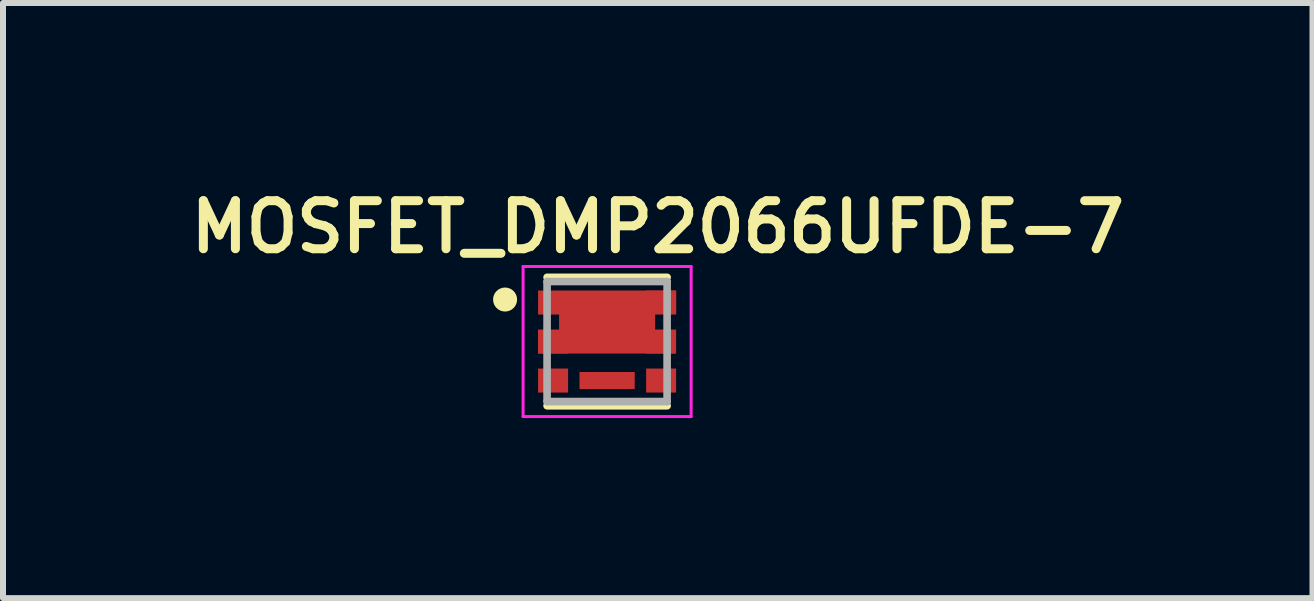
<source format=kicad_pcb>
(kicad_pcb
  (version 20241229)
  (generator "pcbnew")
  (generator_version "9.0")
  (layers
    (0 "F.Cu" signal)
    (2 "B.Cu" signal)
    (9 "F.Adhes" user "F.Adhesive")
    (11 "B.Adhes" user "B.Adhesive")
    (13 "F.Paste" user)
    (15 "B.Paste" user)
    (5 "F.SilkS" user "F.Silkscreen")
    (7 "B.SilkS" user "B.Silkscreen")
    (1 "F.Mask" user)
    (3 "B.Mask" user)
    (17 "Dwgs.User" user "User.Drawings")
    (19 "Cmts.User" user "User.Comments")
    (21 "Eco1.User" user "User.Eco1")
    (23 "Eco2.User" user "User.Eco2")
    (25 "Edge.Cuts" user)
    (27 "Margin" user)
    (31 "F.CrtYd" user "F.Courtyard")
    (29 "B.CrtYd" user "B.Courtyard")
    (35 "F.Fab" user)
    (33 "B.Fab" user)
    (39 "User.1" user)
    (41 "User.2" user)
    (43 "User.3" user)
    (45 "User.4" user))
  (footprint "MOSFET_DMP2066UFDE-7"
    (layer "F.Cu")
    (at 7.066 2.641)
    (property "Reference" "MOSFET_DMP2066UFDE-7" (at 0.844 -1.909 0) (layer "F.SilkS") (effects (font (size 0.801 0.801) (thickness 0.15))))
    (attr smd)
    (fp_poly (pts (xy -0.661 -0.95) (xy 0.64 -0.95) (xy 0.64 0.3) (xy -0.661 0.3)) (stroke (width 0.01) (type solid)) (fill yes) (layer "F.Mask"))
    (fp_line (start -1 -1.07) (end 1 -1.07) (stroke (width 0.127) (type solid)) (layer "F.SilkS"))
    (fp_line (start -1 1.07) (end 1 1.07) (stroke (width 0.127) (type solid)) (layer "F.SilkS"))
    (fp_circle (center -1.7 -0.7) (end -1.6 -0.7) (stroke (width 0.2) (type solid)) (fill no) (layer "F.SilkS"))
    (fp_poly (pts (xy -0.46 -0.695) (xy 0.46 -0.695) (xy 0.46 0.045) (xy -0.46 0.045)) (stroke (width 0.01) (type solid)) (fill yes) (layer "F.Paste"))
    (fp_line (start -1.4 -1.25) (end 1.4 -1.25) (stroke (width 0.05) (type solid)) (layer "F.CrtYd"))
    (fp_line (start -1.4 1.25) (end -1.4 -1.25) (stroke (width 0.05) (type solid)) (layer "F.CrtYd"))
    (fp_line (start 1.4 -1.25) (end 1.4 1.25) (stroke (width 0.05) (type solid)) (layer "F.CrtYd"))
    (fp_line (start 1.4 1.25) (end -1.4 1.25) (stroke (width 0.05) (type solid)) (layer "F.CrtYd"))
    (fp_line (start -1 -1) (end 1 -1) (stroke (width 0.127) (type solid)) (layer "F.Fab"))
    (fp_line (start -1 1) (end -1 -1) (stroke (width 0.127) (type solid)) (layer "F.Fab"))
    (fp_line (start 1 -1) (end 1 1) (stroke (width 0.127) (type solid)) (layer "F.Fab"))
    (fp_line (start 1 1) (end -1 1) (stroke (width 0.127) (type solid)) (layer "F.Fab"))
    (pad "1" smd custom (at -0.9 -0.65) (size 0.5 0.4) (layers "F.Cu" "F.Mask" "F.Paste") (options (anchor rect)) (primitives (gr_poly (pts (xy -0.25 -0.2) (xy 2.05 -0.2) (xy 2.05 0.19) (xy 1.7 0.19) (xy 1.7 0.46) (xy 2.03 0.46) (xy 2.03 0.85) (xy -0.25 0.85) (xy -0.25 0.46) (xy 0.1 0.46) (xy 0.1 0.19) (xy -0.25 0.19)) (width 0.0001) (fill yes))))
    (pad "2" smd rect (at -0.9 0) (size 0.5 0.4) (layers "F.Cu" "F.Mask" "F.Paste"))
    (pad "3" smd rect (at -0.9 0.65) (size 0.5 0.4) (layers "F.Cu" "F.Mask" "F.Paste"))
    (pad "4" smd rect (at 0.9 0.65) (size 0.5 0.4) (layers "F.Cu" "F.Mask" "F.Paste"))
    (pad "5" smd rect (at 0.9 0) (size 0.5 0.4) (layers "F.Cu" "F.Mask" "F.Paste"))
    (pad "6" smd rect (at 0.9 -0.65) (size 0.5 0.4) (layers "F.Cu" "F.Mask" "F.Paste"))
    (pad "7" smd rect (at 0 0.65) (size 0.92 0.285) (layers "F.Cu" "F.Mask" "F.Paste")))
  (gr_rect
    (start -3 -3)
    (end 18.82 6.916)
    (stroke (width 0.1) (type default))
    (fill no)
    (layer "Edge.Cuts")))
</source>
